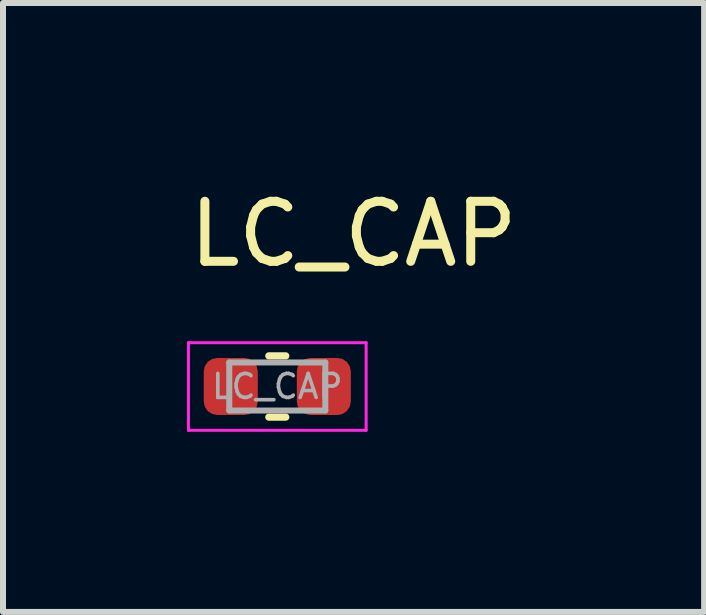
<source format=kicad_pcb>
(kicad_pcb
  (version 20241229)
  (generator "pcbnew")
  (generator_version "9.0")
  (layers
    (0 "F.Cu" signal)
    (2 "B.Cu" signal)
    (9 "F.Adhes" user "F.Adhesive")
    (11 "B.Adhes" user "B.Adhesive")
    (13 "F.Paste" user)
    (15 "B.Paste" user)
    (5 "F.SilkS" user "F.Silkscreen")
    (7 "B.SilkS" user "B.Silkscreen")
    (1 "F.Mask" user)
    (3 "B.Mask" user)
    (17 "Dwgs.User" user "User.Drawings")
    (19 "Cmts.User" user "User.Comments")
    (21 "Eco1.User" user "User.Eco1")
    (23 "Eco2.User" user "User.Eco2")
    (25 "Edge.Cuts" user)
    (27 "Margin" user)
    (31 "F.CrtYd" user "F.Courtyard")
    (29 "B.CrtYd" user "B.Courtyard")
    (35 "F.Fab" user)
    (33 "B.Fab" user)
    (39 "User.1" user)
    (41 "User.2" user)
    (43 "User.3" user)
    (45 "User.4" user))
  (footprint "LC_CAP"
    (layer "F.Cu")
    (at 1.569 3.388)
    (property "Reference" "LC_CAP" (at 1.27 -2.54 0) (layer "F.SilkS") (effects (font (size 1 1) (thickness 0.15))))
    (attr through_hole)
    (fp_line (start -0.141 -0.51) (end 0.141 -0.51) (stroke (width 0.12) (type solid)) (layer "F.SilkS"))
    (fp_line (start -0.141 0.51) (end 0.141 0.51) (stroke (width 0.12) (type solid)) (layer "F.SilkS"))
    (fp_line (start -1.48 -0.73) (end 1.48 -0.73) (stroke (width 0.05) (type solid)) (layer "F.CrtYd"))
    (fp_line (start -1.48 0.73) (end -1.48 -0.73) (stroke (width 0.05) (type solid)) (layer "F.CrtYd"))
    (fp_line (start 1.48 -0.73) (end 1.48 0.73) (stroke (width 0.05) (type solid)) (layer "F.CrtYd"))
    (fp_line (start 1.48 0.73) (end -1.48 0.73) (stroke (width 0.05) (type solid)) (layer "F.CrtYd"))
    (fp_line (start -0.8 -0.4) (end 0.8 -0.4) (stroke (width 0.1) (type solid)) (layer "F.Fab"))
    (fp_line (start -0.8 0.4) (end -0.8 -0.4) (stroke (width 0.1) (type solid)) (layer "F.Fab"))
    (fp_line (start 0.8 -0.4) (end 0.8 0.4) (stroke (width 0.1) (type solid)) (layer "F.Fab"))
    (fp_line (start 0.8 0.4) (end -0.8 0.4) (stroke (width 0.1) (type solid)) (layer "F.Fab"))
    (fp_text user "${REFERENCE}" (at 0 0 0) (layer "F.Fab") (effects (font (size 0.4 0.4) (thickness 0.06))))
    (pad "1" smd roundrect (at -0.775 0) (size 0.9 0.95) (layers "F.Cu" "F.Mask" "F.Paste") (roundrect_rratio 0.25))
    (pad "2" smd roundrect (at 0.775 0) (size 0.9 0.95) (layers "F.Cu" "F.Mask" "F.Paste") (roundrect_rratio 0.25)))
  (gr_rect
    (start -3 -3)
    (end 8.679 7.143)
    (stroke (width 0.1) (type default))
    (fill no)
    (layer "Edge.Cuts")))
</source>
